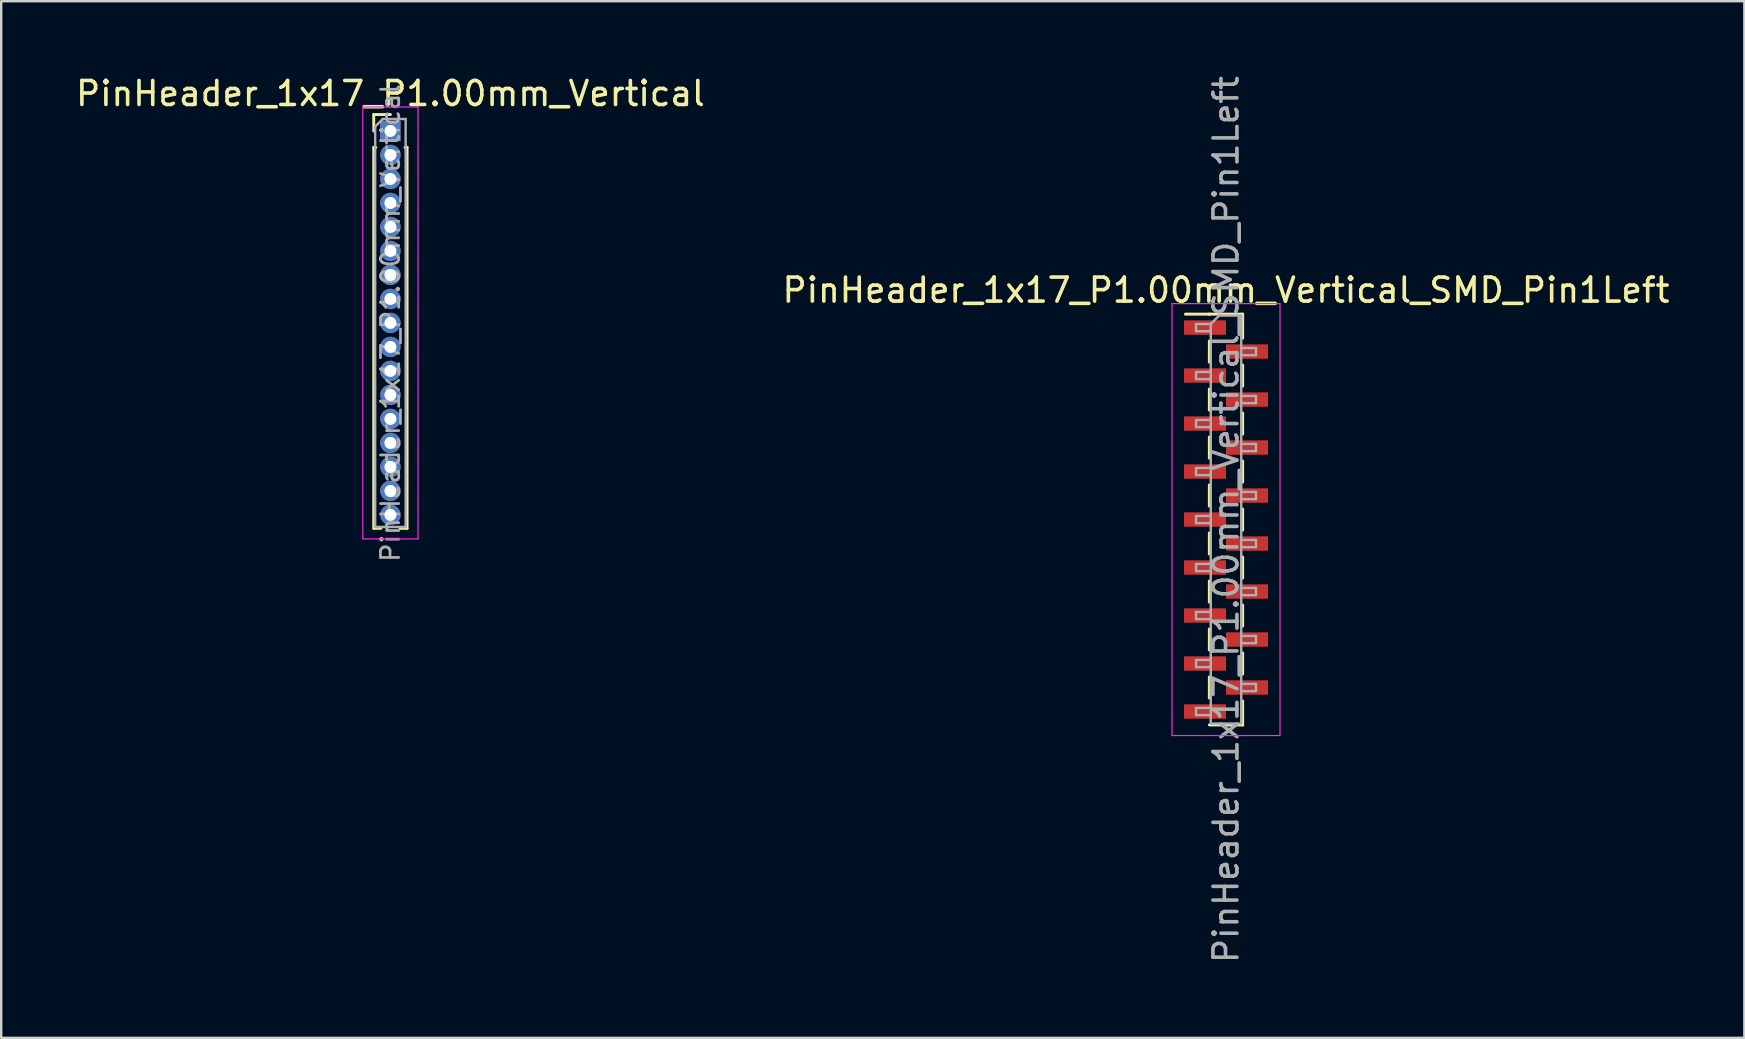
<source format=kicad_pcb>
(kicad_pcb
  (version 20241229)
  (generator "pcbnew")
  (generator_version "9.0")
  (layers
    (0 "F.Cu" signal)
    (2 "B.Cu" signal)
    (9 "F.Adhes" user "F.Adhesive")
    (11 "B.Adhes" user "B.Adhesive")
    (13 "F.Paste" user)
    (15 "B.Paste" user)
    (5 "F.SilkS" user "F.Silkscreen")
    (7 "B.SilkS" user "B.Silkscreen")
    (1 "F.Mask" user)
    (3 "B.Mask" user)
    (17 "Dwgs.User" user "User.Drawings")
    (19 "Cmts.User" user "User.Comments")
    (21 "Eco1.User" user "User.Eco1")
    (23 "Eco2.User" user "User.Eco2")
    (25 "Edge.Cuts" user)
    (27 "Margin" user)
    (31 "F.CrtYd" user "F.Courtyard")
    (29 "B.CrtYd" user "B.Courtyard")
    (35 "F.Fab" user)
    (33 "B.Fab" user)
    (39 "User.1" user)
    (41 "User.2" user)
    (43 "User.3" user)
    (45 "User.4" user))
  (footprint "PinHeader_1x17_P1.00mm_Vertical_SMD_Pin1Left"
    (layer "F.Cu")
    (at 48.042 18.601)
    (property "Reference" "PinHeader_1x17_P1.00mm_Vertical_SMD_Pin1Left" (at 0 -9.56 0) (layer "F.SilkS") (effects (font (size 1 1) (thickness 0.15))))
    (attr smd)
    (fp_line (start -0.695 -8.56) (end -1.69 -8.56) (stroke (width 0.12) (type solid)) (layer "F.SilkS"))
    (fp_line (start -0.695 -8.56) (end -0.695 -8.56) (stroke (width 0.12) (type solid)) (layer "F.SilkS"))
    (fp_line (start -0.695 -8.56) (end 0.695 -8.56) (stroke (width 0.12) (type solid)) (layer "F.SilkS"))
    (fp_line (start -0.695 -7.44) (end -0.695 -6.56) (stroke (width 0.12) (type solid)) (layer "F.SilkS"))
    (fp_line (start -0.695 -5.44) (end -0.695 -4.56) (stroke (width 0.12) (type solid)) (layer "F.SilkS"))
    (fp_line (start -0.695 -3.44) (end -0.695 -2.56) (stroke (width 0.12) (type solid)) (layer "F.SilkS"))
    (fp_line (start -0.695 -1.44) (end -0.695 -0.56) (stroke (width 0.12) (type solid)) (layer "F.SilkS"))
    (fp_line (start -0.695 0.56) (end -0.695 1.44) (stroke (width 0.12) (type solid)) (layer "F.SilkS"))
    (fp_line (start -0.695 2.56) (end -0.695 3.44) (stroke (width 0.12) (type solid)) (layer "F.SilkS"))
    (fp_line (start -0.695 4.56) (end -0.695 5.44) (stroke (width 0.12) (type solid)) (layer "F.SilkS"))
    (fp_line (start -0.695 6.56) (end -0.695 7.44) (stroke (width 0.12) (type solid)) (layer "F.SilkS"))
    (fp_line (start -0.695 8.56) (end 0.695 8.56) (stroke (width 0.12) (type solid)) (layer "F.SilkS"))
    (fp_line (start 0.695 -8.56) (end 0.695 -7.56) (stroke (width 0.12) (type solid)) (layer "F.SilkS"))
    (fp_line (start 0.695 -6.44) (end 0.695 -5.56) (stroke (width 0.12) (type solid)) (layer "F.SilkS"))
    (fp_line (start 0.695 -4.44) (end 0.695 -3.56) (stroke (width 0.12) (type solid)) (layer "F.SilkS"))
    (fp_line (start 0.695 -2.44) (end 0.695 -1.56) (stroke (width 0.12) (type solid)) (layer "F.SilkS"))
    (fp_line (start 0.695 -0.44) (end 0.695 0.44) (stroke (width 0.12) (type solid)) (layer "F.SilkS"))
    (fp_line (start 0.695 1.56) (end 0.695 2.44) (stroke (width 0.12) (type solid)) (layer "F.SilkS"))
    (fp_line (start 0.695 3.56) (end 0.695 4.44) (stroke (width 0.12) (type solid)) (layer "F.SilkS"))
    (fp_line (start 0.695 5.56) (end 0.695 6.44) (stroke (width 0.12) (type solid)) (layer "F.SilkS"))
    (fp_line (start 0.695 7.56) (end 0.695 8.56) (stroke (width 0.12) (type solid)) (layer "F.SilkS"))
    (fp_line (start 0.695 8.56) (end 0.695 8.56) (stroke (width 0.12) (type solid)) (layer "F.SilkS"))
    (fp_line (start -2.25 -9) (end -2.25 9) (stroke (width 0.05) (type solid)) (layer "F.CrtYd"))
    (fp_line (start -2.25 9) (end 2.25 9) (stroke (width 0.05) (type solid)) (layer "F.CrtYd"))
    (fp_line (start 2.25 -9) (end -2.25 -9) (stroke (width 0.05) (type solid)) (layer "F.CrtYd"))
    (fp_line (start 2.25 9) (end 2.25 -9) (stroke (width 0.05) (type solid)) (layer "F.CrtYd"))
    (fp_line (start -1.25 -8.15) (end -1.25 -7.85) (stroke (width 0.1) (type solid)) (layer "F.Fab"))
    (fp_line (start -1.25 -7.85) (end -0.635 -7.85) (stroke (width 0.1) (type solid)) (layer "F.Fab"))
    (fp_line (start -1.25 -6.15) (end -1.25 -5.85) (stroke (width 0.1) (type solid)) (layer "F.Fab"))
    (fp_line (start -1.25 -5.85) (end -0.635 -5.85) (stroke (width 0.1) (type solid)) (layer "F.Fab"))
    (fp_line (start -1.25 -4.15) (end -1.25 -3.85) (stroke (width 0.1) (type solid)) (layer "F.Fab"))
    (fp_line (start -1.25 -3.85) (end -0.635 -3.85) (stroke (width 0.1) (type solid)) (layer "F.Fab"))
    (fp_line (start -1.25 -2.15) (end -1.25 -1.85) (stroke (width 0.1) (type solid)) (layer "F.Fab"))
    (fp_line (start -1.25 -1.85) (end -0.635 -1.85) (stroke (width 0.1) (type solid)) (layer "F.Fab"))
    (fp_line (start -1.25 -0.15) (end -1.25 0.15) (stroke (width 0.1) (type solid)) (layer "F.Fab"))
    (fp_line (start -1.25 0.15) (end -0.635 0.15) (stroke (width 0.1) (type solid)) (layer "F.Fab"))
    (fp_line (start -1.25 1.85) (end -1.25 2.15) (stroke (width 0.1) (type solid)) (layer "F.Fab"))
    (fp_line (start -1.25 2.15) (end -0.635 2.15) (stroke (width 0.1) (type solid)) (layer "F.Fab"))
    (fp_line (start -1.25 3.85) (end -1.25 4.15) (stroke (width 0.1) (type solid)) (layer "F.Fab"))
    (fp_line (start -1.25 4.15) (end -0.635 4.15) (stroke (width 0.1) (type solid)) (layer "F.Fab"))
    (fp_line (start -1.25 5.85) (end -1.25 6.15) (stroke (width 0.1) (type solid)) (layer "F.Fab"))
    (fp_line (start -1.25 6.15) (end -0.635 6.15) (stroke (width 0.1) (type solid)) (layer "F.Fab"))
    (fp_line (start -1.25 7.85) (end -1.25 8.15) (stroke (width 0.1) (type solid)) (layer "F.Fab"))
    (fp_line (start -1.25 8.15) (end -0.635 8.15) (stroke (width 0.1) (type solid)) (layer "F.Fab"))
    (fp_line (start -0.635 -8.15) (end -1.25 -8.15) (stroke (width 0.1) (type solid)) (layer "F.Fab"))
    (fp_line (start -0.635 -8.15) (end -0.285 -8.5) (stroke (width 0.1) (type solid)) (layer "F.Fab"))
    (fp_line (start -0.635 -6.15) (end -1.25 -6.15) (stroke (width 0.1) (type solid)) (layer "F.Fab"))
    (fp_line (start -0.635 -4.15) (end -1.25 -4.15) (stroke (width 0.1) (type solid)) (layer "F.Fab"))
    (fp_line (start -0.635 -2.15) (end -1.25 -2.15) (stroke (width 0.1) (type solid)) (layer "F.Fab"))
    (fp_line (start -0.635 -0.15) (end -1.25 -0.15) (stroke (width 0.1) (type solid)) (layer "F.Fab"))
    (fp_line (start -0.635 1.85) (end -1.25 1.85) (stroke (width 0.1) (type solid)) (layer "F.Fab"))
    (fp_line (start -0.635 3.85) (end -1.25 3.85) (stroke (width 0.1) (type solid)) (layer "F.Fab"))
    (fp_line (start -0.635 5.85) (end -1.25 5.85) (stroke (width 0.1) (type solid)) (layer "F.Fab"))
    (fp_line (start -0.635 7.85) (end -1.25 7.85) (stroke (width 0.1) (type solid)) (layer "F.Fab"))
    (fp_line (start -0.635 8.5) (end -0.635 -8.15) (stroke (width 0.1) (type solid)) (layer "F.Fab"))
    (fp_line (start -0.285 -8.5) (end 0.635 -8.5) (stroke (width 0.1) (type solid)) (layer "F.Fab"))
    (fp_line (start 0.635 -8.5) (end 0.635 8.5) (stroke (width 0.1) (type solid)) (layer "F.Fab"))
    (fp_line (start 0.635 -7.15) (end 1.25 -7.15) (stroke (width 0.1) (type solid)) (layer "F.Fab"))
    (fp_line (start 0.635 -5.15) (end 1.25 -5.15) (stroke (width 0.1) (type solid)) (layer "F.Fab"))
    (fp_line (start 0.635 -3.15) (end 1.25 -3.15) (stroke (width 0.1) (type solid)) (layer "F.Fab"))
    (fp_line (start 0.635 -1.15) (end 1.25 -1.15) (stroke (width 0.1) (type solid)) (layer "F.Fab"))
    (fp_line (start 0.635 0.85) (end 1.25 0.85) (stroke (width 0.1) (type solid)) (layer "F.Fab"))
    (fp_line (start 0.635 2.85) (end 1.25 2.85) (stroke (width 0.1) (type solid)) (layer "F.Fab"))
    (fp_line (start 0.635 4.85) (end 1.25 4.85) (stroke (width 0.1) (type solid)) (layer "F.Fab"))
    (fp_line (start 0.635 6.85) (end 1.25 6.85) (stroke (width 0.1) (type solid)) (layer "F.Fab"))
    (fp_line (start 0.635 8.5) (end -0.635 8.5) (stroke (width 0.1) (type solid)) (layer "F.Fab"))
    (fp_line (start 1.25 -7.15) (end 1.25 -6.85) (stroke (width 0.1) (type solid)) (layer "F.Fab"))
    (fp_line (start 1.25 -6.85) (end 0.635 -6.85) (stroke (width 0.1) (type solid)) (layer "F.Fab"))
    (fp_line (start 1.25 -5.15) (end 1.25 -4.85) (stroke (width 0.1) (type solid)) (layer "F.Fab"))
    (fp_line (start 1.25 -4.85) (end 0.635 -4.85) (stroke (width 0.1) (type solid)) (layer "F.Fab"))
    (fp_line (start 1.25 -3.15) (end 1.25 -2.85) (stroke (width 0.1) (type solid)) (layer "F.Fab"))
    (fp_line (start 1.25 -2.85) (end 0.635 -2.85) (stroke (width 0.1) (type solid)) (layer "F.Fab"))
    (fp_line (start 1.25 -1.15) (end 1.25 -0.85) (stroke (width 0.1) (type solid)) (layer "F.Fab"))
    (fp_line (start 1.25 -0.85) (end 0.635 -0.85) (stroke (width 0.1) (type solid)) (layer "F.Fab"))
    (fp_line (start 1.25 0.85) (end 1.25 1.15) (stroke (width 0.1) (type solid)) (layer "F.Fab"))
    (fp_line (start 1.25 1.15) (end 0.635 1.15) (stroke (width 0.1) (type solid)) (layer "F.Fab"))
    (fp_line (start 1.25 2.85) (end 1.25 3.15) (stroke (width 0.1) (type solid)) (layer "F.Fab"))
    (fp_line (start 1.25 3.15) (end 0.635 3.15) (stroke (width 0.1) (type solid)) (layer "F.Fab"))
    (fp_line (start 1.25 4.85) (end 1.25 5.15) (stroke (width 0.1) (type solid)) (layer "F.Fab"))
    (fp_line (start 1.25 5.15) (end 0.635 5.15) (stroke (width 0.1) (type solid)) (layer "F.Fab"))
    (fp_line (start 1.25 6.85) (end 1.25 7.15) (stroke (width 0.1) (type solid)) (layer "F.Fab"))
    (fp_line (start 1.25 7.15) (end 0.635 7.15) (stroke (width 0.1) (type solid)) (layer "F.Fab"))
    (fp_text user "${REFERENCE}" (at 0 0 90) (layer "F.Fab") (effects (font (size 1 1) (thickness 0.15))))
    (pad "1" smd rect (at -0.875 -8) (size 1.75 0.6) (layers "F.Cu" "F.Mask" "F.Paste"))
    (pad "2" smd rect (at 0.875 -7) (size 1.75 0.6) (layers "F.Cu" "F.Mask" "F.Paste"))
    (pad "3" smd rect (at -0.875 -6) (size 1.75 0.6) (layers "F.Cu" "F.Mask" "F.Paste"))
    (pad "4" smd rect (at 0.875 -5) (size 1.75 0.6) (layers "F.Cu" "F.Mask" "F.Paste"))
    (pad "5" smd rect (at -0.875 -4) (size 1.75 0.6) (layers "F.Cu" "F.Mask" "F.Paste"))
    (pad "6" smd rect (at 0.875 -3) (size 1.75 0.6) (layers "F.Cu" "F.Mask" "F.Paste"))
    (pad "7" smd rect (at -0.875 -2) (size 1.75 0.6) (layers "F.Cu" "F.Mask" "F.Paste"))
    (pad "8" smd rect (at 0.875 -1) (size 1.75 0.6) (layers "F.Cu" "F.Mask" "F.Paste"))
    (pad "9" smd rect (at -0.875 0) (size 1.75 0.6) (layers "F.Cu" "F.Mask" "F.Paste"))
    (pad "10" smd rect (at 0.875 1) (size 1.75 0.6) (layers "F.Cu" "F.Mask" "F.Paste"))
    (pad "11" smd rect (at -0.875 2) (size 1.75 0.6) (layers "F.Cu" "F.Mask" "F.Paste"))
    (pad "12" smd rect (at 0.875 3) (size 1.75 0.6) (layers "F.Cu" "F.Mask" "F.Paste"))
    (pad "13" smd rect (at -0.875 4) (size 1.75 0.6) (layers "F.Cu" "F.Mask" "F.Paste"))
    (pad "14" smd rect (at 0.875 5) (size 1.75 0.6) (layers "F.Cu" "F.Mask" "F.Paste"))
    (pad "15" smd rect (at -0.875 6) (size 1.75 0.6) (layers "F.Cu" "F.Mask" "F.Paste"))
    (pad "16" smd rect (at 0.875 7) (size 1.75 0.6) (layers "F.Cu" "F.Mask" "F.Paste"))
    (pad "17" smd rect (at -0.875 8) (size 1.75 0.6) (layers "F.Cu" "F.Mask" "F.Paste")))
  (footprint "PinHeader_1x17_P1.00mm_Vertical"
    (layer "F.Cu")
    (at 13.22 2.408)
    (property "Reference" "PinHeader_1x17_P1.00mm_Vertical" (at 0 -1.56 0) (layer "F.SilkS") (effects (font (size 1 1) (thickness 0.15))))
    (attr through_hole)
    (fp_line (start -0.695 -0.685) (end 0 -0.685) (stroke (width 0.12) (type solid)) (layer "F.SilkS"))
    (fp_line (start -0.695 0) (end -0.695 -0.685) (stroke (width 0.12) (type solid)) (layer "F.SilkS"))
    (fp_line (start -0.695 0.685) (end -0.695 16.56) (stroke (width 0.12) (type solid)) (layer "F.SilkS"))
    (fp_line (start -0.695 0.685) (end -0.608 0.685) (stroke (width 0.12) (type solid)) (layer "F.SilkS"))
    (fp_line (start -0.695 16.56) (end -0.394 16.56) (stroke (width 0.12) (type solid)) (layer "F.SilkS"))
    (fp_line (start 0.394 16.56) (end 0.695 16.56) (stroke (width 0.12) (type solid)) (layer "F.SilkS"))
    (fp_line (start 0.608 0.685) (end 0.695 0.685) (stroke (width 0.12) (type solid)) (layer "F.SilkS"))
    (fp_line (start 0.695 0.685) (end 0.695 16.56) (stroke (width 0.12) (type solid)) (layer "F.SilkS"))
    (fp_line (start -1.15 -1) (end -1.15 17) (stroke (width 0.05) (type solid)) (layer "F.CrtYd"))
    (fp_line (start -1.15 17) (end 1.15 17) (stroke (width 0.05) (type solid)) (layer "F.CrtYd"))
    (fp_line (start 1.15 -1) (end -1.15 -1) (stroke (width 0.05) (type solid)) (layer "F.CrtYd"))
    (fp_line (start 1.15 17) (end 1.15 -1) (stroke (width 0.05) (type solid)) (layer "F.CrtYd"))
    (fp_line (start -0.635 -0.182) (end -0.318 -0.5) (stroke (width 0.1) (type solid)) (layer "F.Fab"))
    (fp_line (start -0.635 16.5) (end -0.635 -0.182) (stroke (width 0.1) (type solid)) (layer "F.Fab"))
    (fp_line (start -0.318 -0.5) (end 0.635 -0.5) (stroke (width 0.1) (type solid)) (layer "F.Fab"))
    (fp_line (start 0.635 -0.5) (end 0.635 16.5) (stroke (width 0.1) (type solid)) (layer "F.Fab"))
    (fp_line (start 0.635 16.5) (end -0.635 16.5) (stroke (width 0.1) (type solid)) (layer "F.Fab"))
    (fp_text user "${REFERENCE}" (at 0 8 90) (layer "F.Fab") (effects (font (size 0.76 0.76) (thickness 0.114))))
    (pad "1" thru_hole rect (at 0 0) (size 0.85 0.85) (drill 0.5) (layers "*.Cu" "*.Mask"))
    (pad "2" thru_hole oval (at 0 1) (size 0.85 0.85) (drill 0.5) (layers "*.Cu" "*.Mask"))
    (pad "3" thru_hole oval (at 0 2) (size 0.85 0.85) (drill 0.5) (layers "*.Cu" "*.Mask"))
    (pad "4" thru_hole oval (at 0 3) (size 0.85 0.85) (drill 0.5) (layers "*.Cu" "*.Mask"))
    (pad "5" thru_hole oval (at 0 4) (size 0.85 0.85) (drill 0.5) (layers "*.Cu" "*.Mask"))
    (pad "6" thru_hole oval (at 0 5) (size 0.85 0.85) (drill 0.5) (layers "*.Cu" "*.Mask"))
    (pad "7" thru_hole oval (at 0 6) (size 0.85 0.85) (drill 0.5) (layers "*.Cu" "*.Mask"))
    (pad "8" thru_hole oval (at 0 7) (size 0.85 0.85) (drill 0.5) (layers "*.Cu" "*.Mask"))
    (pad "9" thru_hole oval (at 0 8) (size 0.85 0.85) (drill 0.5) (layers "*.Cu" "*.Mask"))
    (pad "10" thru_hole oval (at 0 9) (size 0.85 0.85) (drill 0.5) (layers "*.Cu" "*.Mask"))
    (pad "11" thru_hole oval (at 0 10) (size 0.85 0.85) (drill 0.5) (layers "*.Cu" "*.Mask"))
    (pad "12" thru_hole oval (at 0 11) (size 0.85 0.85) (drill 0.5) (layers "*.Cu" "*.Mask"))
    (pad "13" thru_hole oval (at 0 12) (size 0.85 0.85) (drill 0.5) (layers "*.Cu" "*.Mask"))
    (pad "14" thru_hole oval (at 0 13) (size 0.85 0.85) (drill 0.5) (layers "*.Cu" "*.Mask"))
    (pad "15" thru_hole oval (at 0 14) (size 0.85 0.85) (drill 0.5) (layers "*.Cu" "*.Mask"))
    (pad "16" thru_hole oval (at 0 15) (size 0.85 0.85) (drill 0.5) (layers "*.Cu" "*.Mask"))
    (pad "17" thru_hole oval (at 0 16) (size 0.85 0.85) (drill 0.5) (layers "*.Cu" "*.Mask")))
  (gr_rect
    (start -3 -3)
    (end 69.643 40.202)
    (stroke (width 0.1) (type default))
    (fill no)
    (layer "Edge.Cuts")))
</source>
